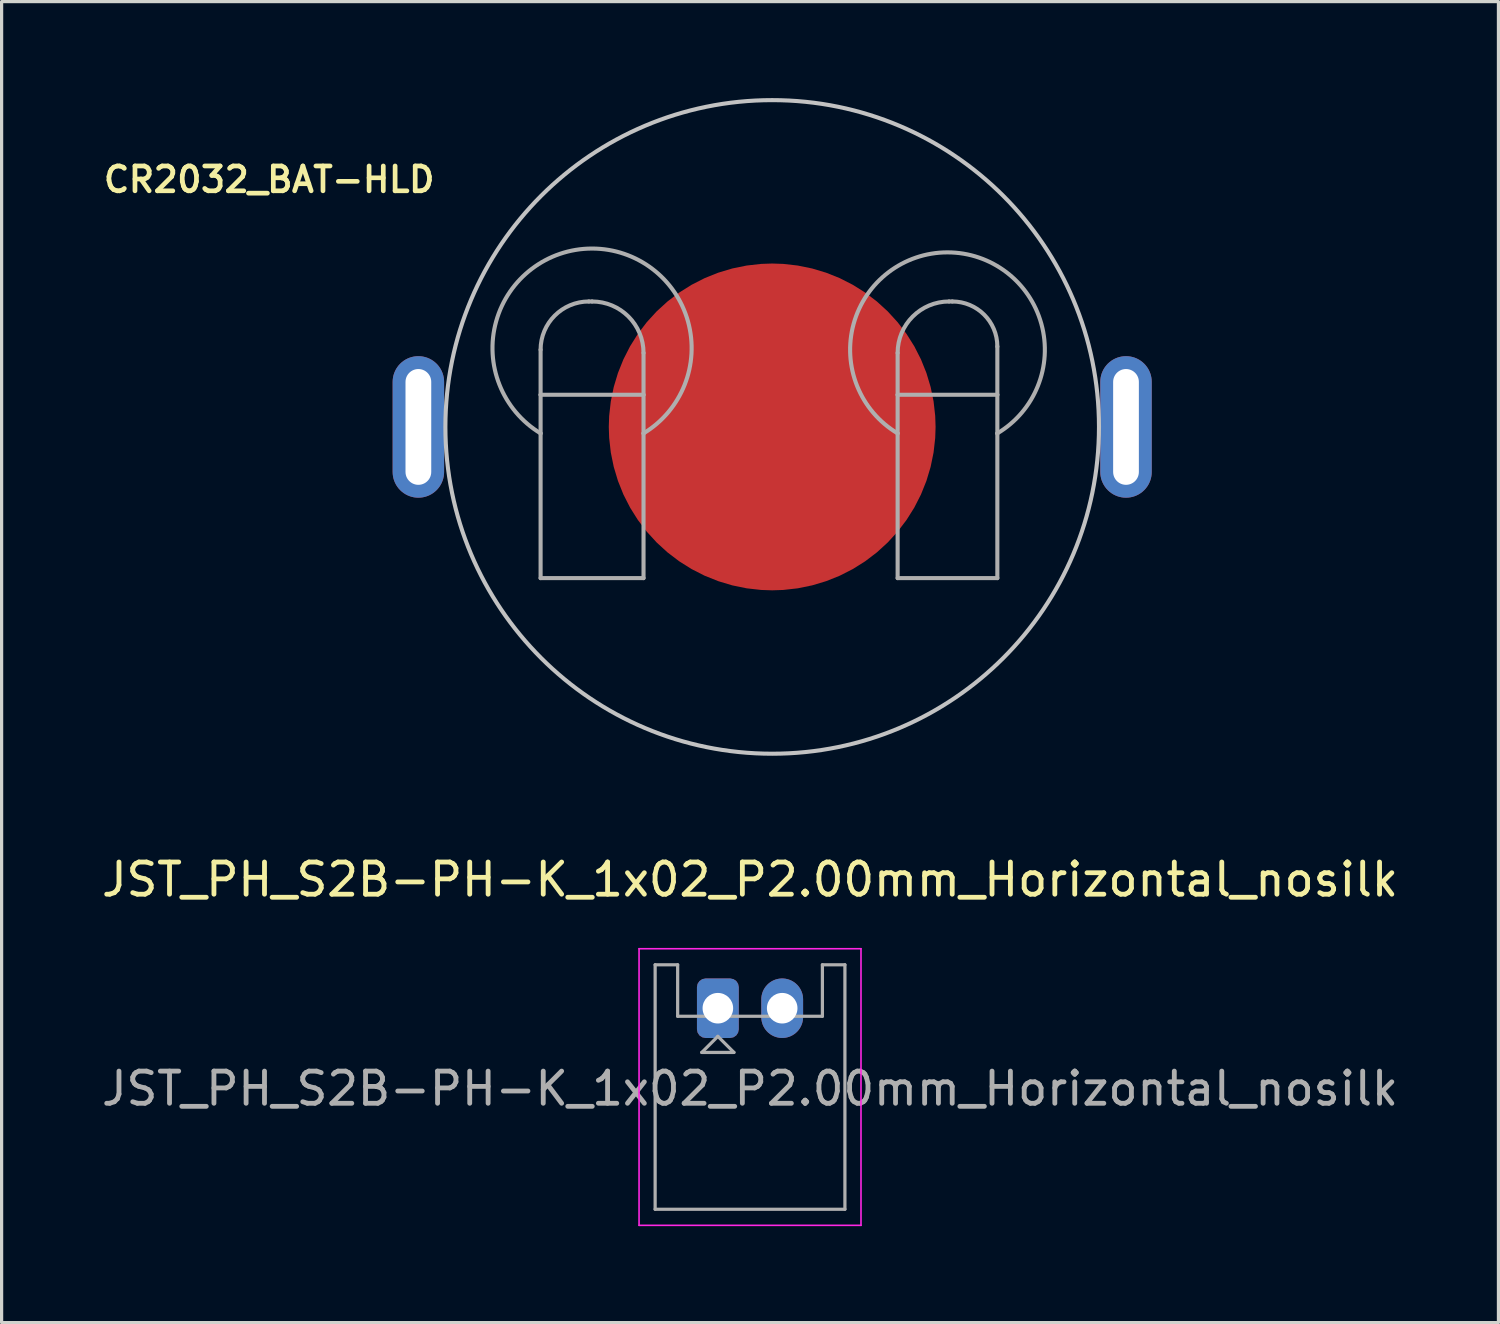
<source format=kicad_pcb>
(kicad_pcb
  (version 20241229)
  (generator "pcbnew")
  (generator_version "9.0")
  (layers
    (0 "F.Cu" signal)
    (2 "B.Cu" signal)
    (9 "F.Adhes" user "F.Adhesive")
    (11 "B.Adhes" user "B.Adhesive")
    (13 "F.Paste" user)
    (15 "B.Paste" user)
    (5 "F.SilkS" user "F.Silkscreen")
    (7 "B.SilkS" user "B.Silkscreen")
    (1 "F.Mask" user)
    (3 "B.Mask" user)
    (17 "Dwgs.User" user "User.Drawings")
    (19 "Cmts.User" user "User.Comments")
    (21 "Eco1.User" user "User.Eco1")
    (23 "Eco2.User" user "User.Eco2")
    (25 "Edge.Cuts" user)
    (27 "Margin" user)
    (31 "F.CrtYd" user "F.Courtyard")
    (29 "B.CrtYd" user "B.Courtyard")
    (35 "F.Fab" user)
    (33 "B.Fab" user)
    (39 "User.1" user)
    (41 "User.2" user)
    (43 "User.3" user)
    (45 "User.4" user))
  (footprint "CR2032_BAT-HLD"
    (layer "F.Cu")
    (at 20.957 10.223)
    (property "Reference" "CR2032_BAT-HLD" (at -10.414 -8.142 0) (layer "F.SilkS") (effects (font (size 0.772 0.772) (thickness 0.146)) (justify right top)))
    (attr through_hole)
    (fp_circle (center 0 0) (end 4.763 0) (stroke (width 9.525) (type solid)) (fill no) (layer "F.Mask"))
    (fp_circle (center 0 0) (end 10.16 0) (stroke (width 0.127) (type solid)) (fill no) (layer "Dwgs.User"))
    (fp_line (start -7.2 -2.4) (end -7.2 -1) (stroke (width 0.127) (type solid)) (layer "F.Fab"))
    (fp_line (start -7.2 -1) (end -7.2 0.2) (stroke (width 0.127) (type solid)) (layer "F.Fab"))
    (fp_line (start -7.2 0.2) (end -7.2 4.7) (stroke (width 0.127) (type solid)) (layer "F.Fab"))
    (fp_line (start -7.2 4.7) (end -4 4.7) (stroke (width 0.127) (type solid)) (layer "F.Fab"))
    (fp_line (start -5.6 -3.9) (end -5.7 -3.9) (stroke (width 0.127) (type solid)) (layer "F.Fab"))
    (fp_line (start -4 -1) (end -7.2 -1) (stroke (width 0.127) (type solid)) (layer "F.Fab"))
    (fp_line (start -4 -1) (end -4 -2.3) (stroke (width 0.127) (type solid)) (layer "F.Fab"))
    (fp_line (start -4 0.2) (end -4 -1) (stroke (width 0.127) (type solid)) (layer "F.Fab"))
    (fp_line (start -4 4.7) (end -4 0.2) (stroke (width 0.127) (type solid)) (layer "F.Fab"))
    (fp_line (start 3.9 -1) (end 3.9 -2.3) (stroke (width 0.127) (type solid)) (layer "F.Fab"))
    (fp_line (start 3.9 0.2) (end 3.9 -1) (stroke (width 0.127) (type solid)) (layer "F.Fab"))
    (fp_line (start 3.9 4.7) (end 3.9 0.2) (stroke (width 0.127) (type solid)) (layer "F.Fab"))
    (fp_line (start 5.5 -3.9) (end 5.6 -3.9) (stroke (width 0.127) (type solid)) (layer "F.Fab"))
    (fp_line (start 7 -2.5) (end 7 -1) (stroke (width 0.127) (type solid)) (layer "F.Fab"))
    (fp_line (start 7 -1) (end 3.9 -1) (stroke (width 0.127) (type solid)) (layer "F.Fab"))
    (fp_line (start 7 -1) (end 7 0.2) (stroke (width 0.127) (type solid)) (layer "F.Fab"))
    (fp_line (start 7 0.2) (end 7 4.7) (stroke (width 0.127) (type solid)) (layer "F.Fab"))
    (fp_line (start 7 4.7) (end 3.9 4.7) (stroke (width 0.127) (type solid)) (layer "F.Fab"))
    (fp_arc (start -7.2 -2.4) (mid -6.76066 -3.46066) (end -5.7 -3.9) (stroke (width 0.127) (type solid)) (layer "F.Fab"))
    (fp_arc (start -7.2 0.2) (mid -5.6 -5.545561) (end -4 0.2) (stroke (width 0.127) (type solid)) (layer "F.Fab"))
    (fp_arc (start -5.6 -3.9) (mid -4.468629 -3.431371) (end -4 -2.3) (stroke (width 0.127) (type solid)) (layer "F.Fab"))
    (fp_arc (start 3.9 -2.3) (mid 4.368629 -3.431371) (end 5.5 -3.9) (stroke (width 0.127) (type solid)) (layer "F.Fab"))
    (fp_arc (start 3.9 0.2) (mid 5.450001 -5.42696) (end 6.999999 0.200001) (stroke (width 0.127) (type solid)) (layer "F.Fab"))
    (fp_arc (start 5.6 -3.9) (mid 6.589949 -3.489949) (end 7 -2.5) (stroke (width 0.127) (type solid)) (layer "F.Fab"))
    (pad "1" thru_hole oval (at -11 0) (size 1.6 4.4) (drill oval 0.8 3.6) (layers "*.Cu" "*.Mask"))
    (pad "1" thru_hole oval (at 11 0) (size 1.6 4.4) (drill oval 0.8 3.6) (layers "*.Cu" "*.Mask"))
    (pad "2" smd roundrect (at 0 0) (size 10.16 10.16) (layers "F.Cu" "F.Mask") (roundrect_rratio 0.5)))
  (footprint "JST_PH_S2B-PH-K_1x02_P2.00mm_Horizontal_nosilk"
    (layer "F.Cu")
    (at 19.268 28.295)
    (property "Reference" "JST_PH_S2B-PH-K_1x02_P2.00mm_Horizontal_nosilk" (at 1 -4 180) (layer "F.SilkS") (effects (font (size 1 1) (thickness 0.15))))
    (attr through_hole)
    (fp_line (start -2.45 -1.85) (end -2.45 6.75) (stroke (width 0.05) (type solid)) (layer "F.CrtYd"))
    (fp_line (start -2.45 6.75) (end 4.45 6.75) (stroke (width 0.05) (type solid)) (layer "F.CrtYd"))
    (fp_line (start 4.45 -1.85) (end -2.45 -1.85) (stroke (width 0.05) (type solid)) (layer "F.CrtYd"))
    (fp_line (start 4.45 6.75) (end 4.45 -1.85) (stroke (width 0.05) (type solid)) (layer "F.CrtYd"))
    (fp_line (start -1.95 -1.35) (end -1.95 6.25) (stroke (width 0.1) (type solid)) (layer "F.Fab"))
    (fp_line (start -1.95 6.25) (end 3.95 6.25) (stroke (width 0.1) (type solid)) (layer "F.Fab"))
    (fp_line (start -1.25 -1.35) (end -1.95 -1.35) (stroke (width 0.1) (type solid)) (layer "F.Fab"))
    (fp_line (start -1.25 0.25) (end -1.25 -1.35) (stroke (width 0.1) (type solid)) (layer "F.Fab"))
    (fp_line (start -0.5 1.375) (end 0.5 1.375) (stroke (width 0.1) (type solid)) (layer "F.Fab"))
    (fp_line (start 0 0.875) (end -0.5 1.375) (stroke (width 0.1) (type solid)) (layer "F.Fab"))
    (fp_line (start 0.5 1.375) (end 0 0.875) (stroke (width 0.1) (type solid)) (layer "F.Fab"))
    (fp_line (start 3.25 -1.35) (end 3.25 0.25) (stroke (width 0.1) (type solid)) (layer "F.Fab"))
    (fp_line (start 3.25 0.25) (end -1.25 0.25) (stroke (width 0.1) (type solid)) (layer "F.Fab"))
    (fp_line (start 3.95 -1.35) (end 3.25 -1.35) (stroke (width 0.1) (type solid)) (layer "F.Fab"))
    (fp_line (start 3.95 6.25) (end 3.95 -1.35) (stroke (width 0.1) (type solid)) (layer "F.Fab"))
    (fp_text user "${REFERENCE}" (at 1 2.5 180) (layer "F.Fab") (effects (font (size 1 1) (thickness 0.15))))
    (pad "1" thru_hole roundrect (at 0 0) (size 1.3 1.85) (drill 0.95) (layers "*.Cu" "*.Mask") (roundrect_rratio 0.208))
    (pad "2" thru_hole oval (at 2 0) (size 1.3 1.85) (drill 0.95) (layers "*.Cu" "*.Mask")))
  (gr_rect
    (start -3 -3)
    (end 43.536 38.07)
    (stroke (width 0.1) (type default))
    (fill no)
    (layer "Edge.Cuts")))
</source>
